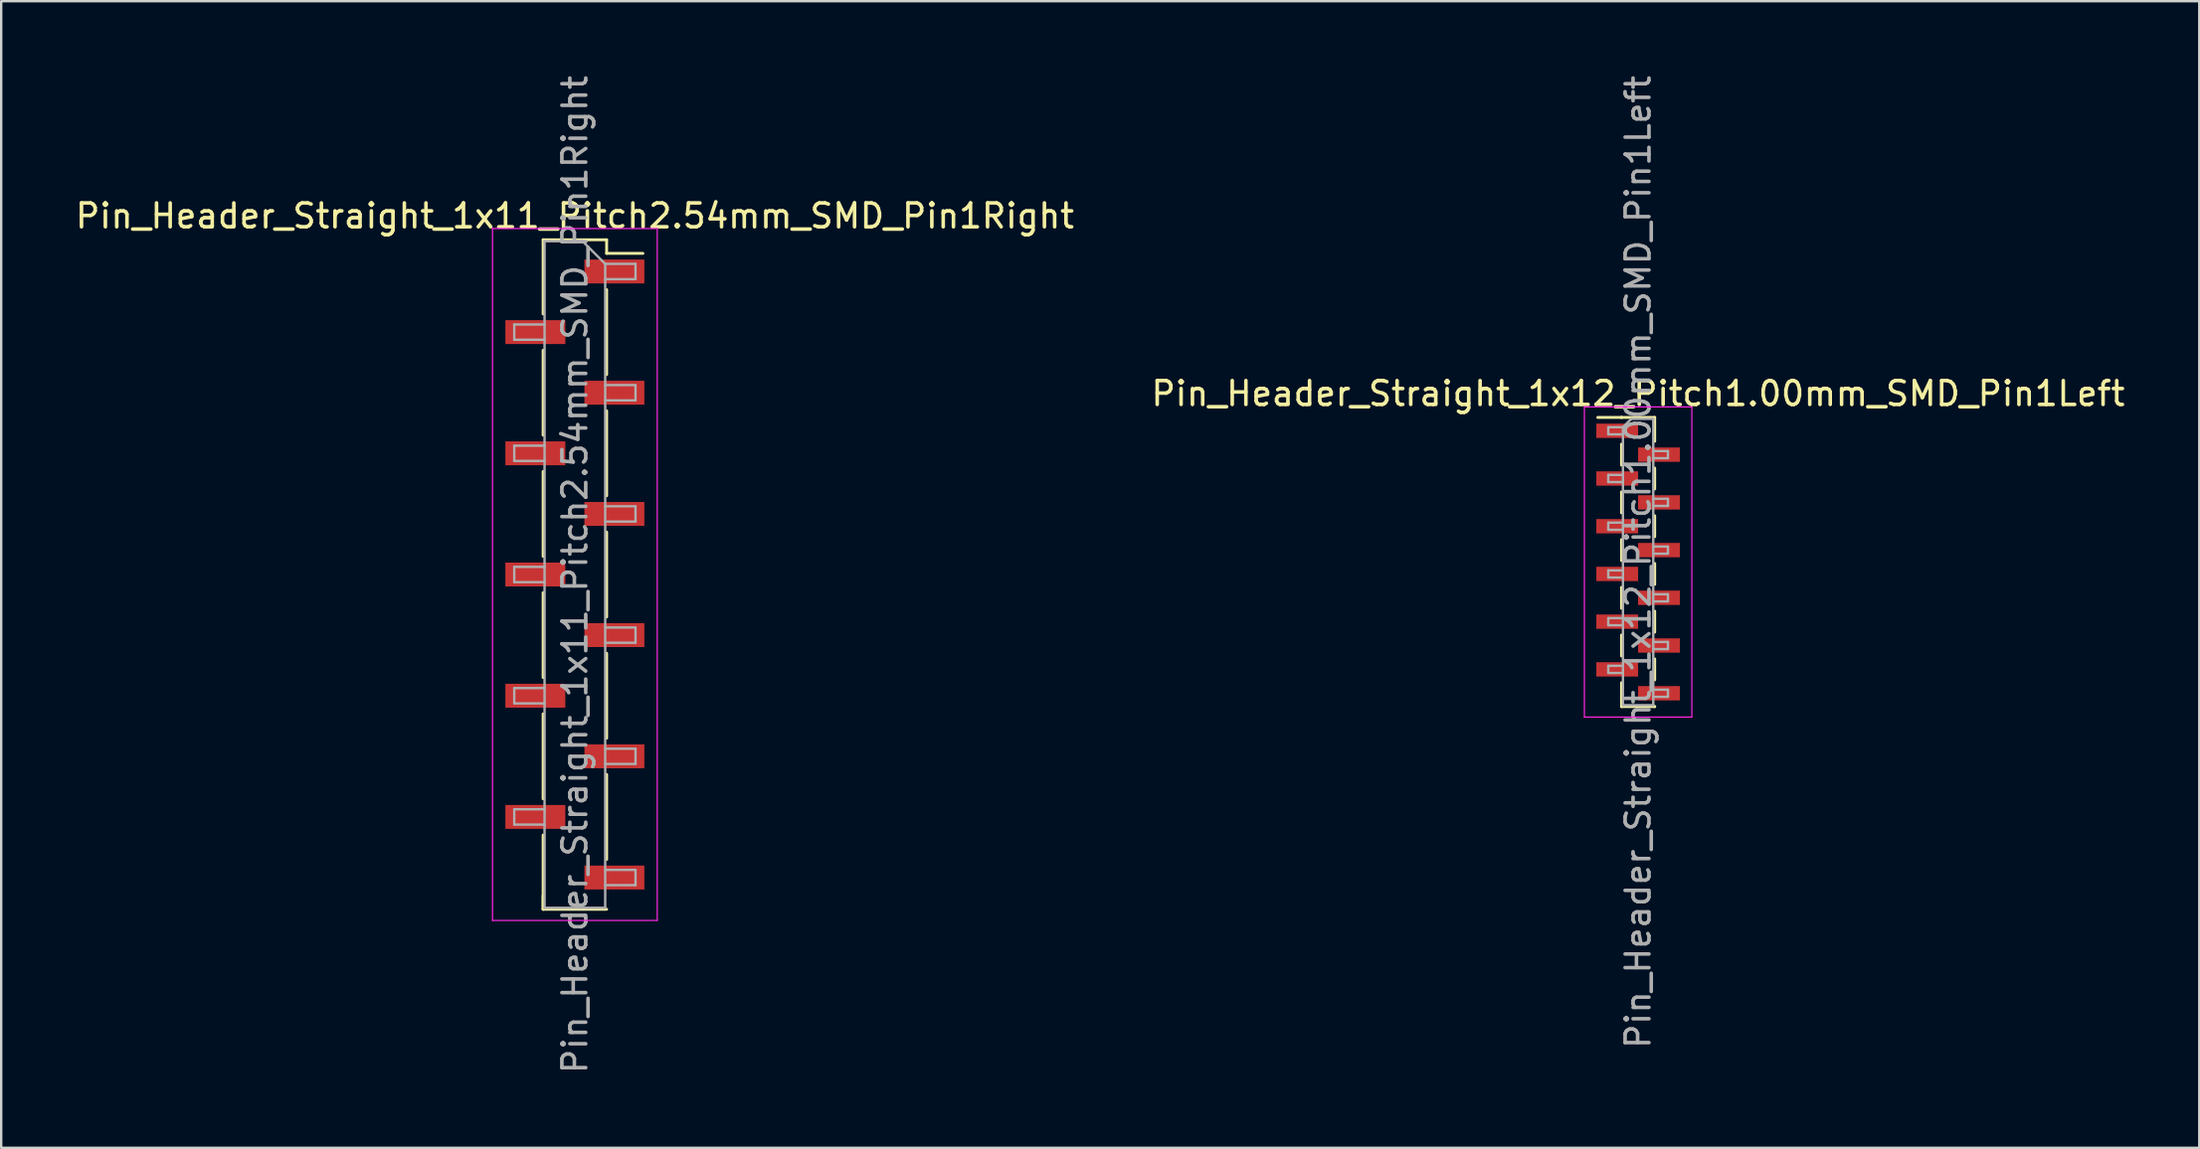
<source format=kicad_pcb>
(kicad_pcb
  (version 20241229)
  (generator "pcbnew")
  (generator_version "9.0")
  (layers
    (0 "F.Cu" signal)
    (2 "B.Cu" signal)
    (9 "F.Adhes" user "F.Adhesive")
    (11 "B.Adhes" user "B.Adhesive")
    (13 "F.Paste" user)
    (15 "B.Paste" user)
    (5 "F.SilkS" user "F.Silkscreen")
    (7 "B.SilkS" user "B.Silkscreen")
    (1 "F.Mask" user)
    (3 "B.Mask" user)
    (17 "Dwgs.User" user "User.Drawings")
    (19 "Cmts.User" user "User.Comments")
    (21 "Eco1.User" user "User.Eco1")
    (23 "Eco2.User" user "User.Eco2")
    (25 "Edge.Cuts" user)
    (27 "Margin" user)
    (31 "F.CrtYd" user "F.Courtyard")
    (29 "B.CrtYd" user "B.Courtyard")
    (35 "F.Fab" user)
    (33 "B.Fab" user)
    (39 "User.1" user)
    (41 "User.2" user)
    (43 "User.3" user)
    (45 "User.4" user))
  (footprint "Pin_Header_Straight_1x11_Pitch2.54mm_SMD_Pin1Right"
    (layer "F.Cu")
    (at 21.03 21.03)
    (property "Reference" "Pin_Header_Straight_1x11_Pitch2.54mm_SMD_Pin1Right" (at 0 -15.03 0) (layer "F.SilkS") (effects (font (size 1 1) (thickness 0.15))))
    (attr smd)
    (fp_line (start -1.33 -14.03) (end -1.33 -10.92) (stroke (width 0.12) (type solid)) (layer "F.SilkS"))
    (fp_line (start -1.33 -14.03) (end 1.33 -14.03) (stroke (width 0.12) (type solid)) (layer "F.SilkS"))
    (fp_line (start -1.33 -9.4) (end -1.33 -5.84) (stroke (width 0.12) (type solid)) (layer "F.SilkS"))
    (fp_line (start -1.33 -4.32) (end -1.33 -0.76) (stroke (width 0.12) (type solid)) (layer "F.SilkS"))
    (fp_line (start -1.33 0.76) (end -1.33 4.32) (stroke (width 0.12) (type solid)) (layer "F.SilkS"))
    (fp_line (start -1.33 5.84) (end -1.33 9.4) (stroke (width 0.12) (type solid)) (layer "F.SilkS"))
    (fp_line (start -1.33 10.92) (end -1.33 14.03) (stroke (width 0.12) (type solid)) (layer "F.SilkS"))
    (fp_line (start -1.33 13.46) (end -1.33 14.03) (stroke (width 0.12) (type solid)) (layer "F.SilkS"))
    (fp_line (start -1.33 14.03) (end 1.33 14.03) (stroke (width 0.12) (type solid)) (layer "F.SilkS"))
    (fp_line (start 1.33 -14.03) (end 1.33 -13.46) (stroke (width 0.12) (type solid)) (layer "F.SilkS"))
    (fp_line (start 1.33 -13.46) (end 2.85 -13.46) (stroke (width 0.12) (type solid)) (layer "F.SilkS"))
    (fp_line (start 1.33 -11.94) (end 1.33 -8.38) (stroke (width 0.12) (type solid)) (layer "F.SilkS"))
    (fp_line (start 1.33 -6.86) (end 1.33 -3.3) (stroke (width 0.12) (type solid)) (layer "F.SilkS"))
    (fp_line (start 1.33 -1.78) (end 1.33 1.78) (stroke (width 0.12) (type solid)) (layer "F.SilkS"))
    (fp_line (start 1.33 3.3) (end 1.33 6.86) (stroke (width 0.12) (type solid)) (layer "F.SilkS"))
    (fp_line (start 1.33 8.38) (end 1.33 11.94) (stroke (width 0.12) (type solid)) (layer "F.SilkS"))
    (fp_line (start -3.45 -14.5) (end -3.45 14.5) (stroke (width 0.05) (type solid)) (layer "F.CrtYd"))
    (fp_line (start -3.45 14.5) (end 3.45 14.5) (stroke (width 0.05) (type solid)) (layer "F.CrtYd"))
    (fp_line (start 3.45 -14.5) (end -3.45 -14.5) (stroke (width 0.05) (type solid)) (layer "F.CrtYd"))
    (fp_line (start 3.45 14.5) (end 3.45 -14.5) (stroke (width 0.05) (type solid)) (layer "F.CrtYd"))
    (fp_line (start -2.54 -10.48) (end -2.54 -9.84) (stroke (width 0.1) (type solid)) (layer "F.Fab"))
    (fp_line (start -2.54 -9.84) (end -1.27 -9.84) (stroke (width 0.1) (type solid)) (layer "F.Fab"))
    (fp_line (start -2.54 -5.4) (end -2.54 -4.76) (stroke (width 0.1) (type solid)) (layer "F.Fab"))
    (fp_line (start -2.54 -4.76) (end -1.27 -4.76) (stroke (width 0.1) (type solid)) (layer "F.Fab"))
    (fp_line (start -2.54 -0.32) (end -2.54 0.32) (stroke (width 0.1) (type solid)) (layer "F.Fab"))
    (fp_line (start -2.54 0.32) (end -1.27 0.32) (stroke (width 0.1) (type solid)) (layer "F.Fab"))
    (fp_line (start -2.54 4.76) (end -2.54 5.4) (stroke (width 0.1) (type solid)) (layer "F.Fab"))
    (fp_line (start -2.54 5.4) (end -1.27 5.4) (stroke (width 0.1) (type solid)) (layer "F.Fab"))
    (fp_line (start -2.54 9.84) (end -2.54 10.48) (stroke (width 0.1) (type solid)) (layer "F.Fab"))
    (fp_line (start -2.54 10.48) (end -1.27 10.48) (stroke (width 0.1) (type solid)) (layer "F.Fab"))
    (fp_line (start -1.27 -13.97) (end -1.27 13.97) (stroke (width 0.1) (type solid)) (layer "F.Fab"))
    (fp_line (start -1.27 -13.97) (end 0.32 -13.97) (stroke (width 0.1) (type solid)) (layer "F.Fab"))
    (fp_line (start -1.27 -10.48) (end -2.54 -10.48) (stroke (width 0.1) (type solid)) (layer "F.Fab"))
    (fp_line (start -1.27 -5.4) (end -2.54 -5.4) (stroke (width 0.1) (type solid)) (layer "F.Fab"))
    (fp_line (start -1.27 -0.32) (end -2.54 -0.32) (stroke (width 0.1) (type solid)) (layer "F.Fab"))
    (fp_line (start -1.27 4.76) (end -2.54 4.76) (stroke (width 0.1) (type solid)) (layer "F.Fab"))
    (fp_line (start -1.27 9.84) (end -2.54 9.84) (stroke (width 0.1) (type solid)) (layer "F.Fab"))
    (fp_line (start 1.27 -13.02) (end 0.32 -13.97) (stroke (width 0.1) (type solid)) (layer "F.Fab"))
    (fp_line (start 1.27 -13.02) (end 2.54 -13.02) (stroke (width 0.1) (type solid)) (layer "F.Fab"))
    (fp_line (start 1.27 -7.94) (end 2.54 -7.94) (stroke (width 0.1) (type solid)) (layer "F.Fab"))
    (fp_line (start 1.27 -2.86) (end 2.54 -2.86) (stroke (width 0.1) (type solid)) (layer "F.Fab"))
    (fp_line (start 1.27 2.22) (end 2.54 2.22) (stroke (width 0.1) (type solid)) (layer "F.Fab"))
    (fp_line (start 1.27 7.3) (end 2.54 7.3) (stroke (width 0.1) (type solid)) (layer "F.Fab"))
    (fp_line (start 1.27 12.38) (end 2.54 12.38) (stroke (width 0.1) (type solid)) (layer "F.Fab"))
    (fp_line (start 1.27 13.97) (end -1.27 13.97) (stroke (width 0.1) (type solid)) (layer "F.Fab"))
    (fp_line (start 1.27 13.97) (end 1.27 -13.02) (stroke (width 0.1) (type solid)) (layer "F.Fab"))
    (fp_line (start 2.54 -13.02) (end 2.54 -12.38) (stroke (width 0.1) (type solid)) (layer "F.Fab"))
    (fp_line (start 2.54 -12.38) (end 1.27 -12.38) (stroke (width 0.1) (type solid)) (layer "F.Fab"))
    (fp_line (start 2.54 -7.94) (end 2.54 -7.3) (stroke (width 0.1) (type solid)) (layer "F.Fab"))
    (fp_line (start 2.54 -7.3) (end 1.27 -7.3) (stroke (width 0.1) (type solid)) (layer "F.Fab"))
    (fp_line (start 2.54 -2.86) (end 2.54 -2.22) (stroke (width 0.1) (type solid)) (layer "F.Fab"))
    (fp_line (start 2.54 -2.22) (end 1.27 -2.22) (stroke (width 0.1) (type solid)) (layer "F.Fab"))
    (fp_line (start 2.54 2.22) (end 2.54 2.86) (stroke (width 0.1) (type solid)) (layer "F.Fab"))
    (fp_line (start 2.54 2.86) (end 1.27 2.86) (stroke (width 0.1) (type solid)) (layer "F.Fab"))
    (fp_line (start 2.54 7.3) (end 2.54 7.94) (stroke (width 0.1) (type solid)) (layer "F.Fab"))
    (fp_line (start 2.54 7.94) (end 1.27 7.94) (stroke (width 0.1) (type solid)) (layer "F.Fab"))
    (fp_line (start 2.54 12.38) (end 2.54 13.02) (stroke (width 0.1) (type solid)) (layer "F.Fab"))
    (fp_line (start 2.54 13.02) (end 1.27 13.02) (stroke (width 0.1) (type solid)) (layer "F.Fab"))
    (fp_text user "${REFERENCE}" (at 0 0 90) (layer "F.Fab") (effects (font (size 1 1) (thickness 0.15))))
    (pad "1" smd rect (at 1.655 -12.7) (size 2.51 1) (layers "F.Cu" "F.Mask" "F.Paste"))
    (pad "2" smd rect (at -1.655 -10.16) (size 2.51 1) (layers "F.Cu" "F.Mask" "F.Paste"))
    (pad "3" smd rect (at 1.655 -7.62) (size 2.51 1) (layers "F.Cu" "F.Mask" "F.Paste"))
    (pad "4" smd rect (at -1.655 -5.08) (size 2.51 1) (layers "F.Cu" "F.Mask" "F.Paste"))
    (pad "5" smd rect (at 1.655 -2.54) (size 2.51 1) (layers "F.Cu" "F.Mask" "F.Paste"))
    (pad "6" smd rect (at -1.655 0) (size 2.51 1) (layers "F.Cu" "F.Mask" "F.Paste"))
    (pad "7" smd rect (at 1.655 2.54) (size 2.51 1) (layers "F.Cu" "F.Mask" "F.Paste"))
    (pad "8" smd rect (at -1.655 5.08) (size 2.51 1) (layers "F.Cu" "F.Mask" "F.Paste"))
    (pad "9" smd rect (at 1.655 7.62) (size 2.51 1) (layers "F.Cu" "F.Mask" "F.Paste"))
    (pad "10" smd rect (at -1.655 10.16) (size 2.51 1) (layers "F.Cu" "F.Mask" "F.Paste"))
    (pad "11" smd rect (at 1.655 12.7) (size 2.51 1) (layers "F.Cu" "F.Mask" "F.Paste")))
  (footprint "Pin_Header_Straight_1x12_Pitch1.00mm_SMD_Pin1Left"
    (layer "F.Cu")
    (at 65.565 20.506)
    (property "Reference" "Pin_Header_Straight_1x12_Pitch1.00mm_SMD_Pin1Left" (at 0 -7.06 0) (layer "F.SilkS") (effects (font (size 1 1) (thickness 0.15))))
    (attr smd)
    (fp_line (start -0.695 -6.06) (end -1.69 -6.06) (stroke (width 0.12) (type solid)) (layer "F.SilkS"))
    (fp_line (start -0.695 -6.06) (end -0.695 -6.06) (stroke (width 0.12) (type solid)) (layer "F.SilkS"))
    (fp_line (start -0.695 -6.06) (end 0.695 -6.06) (stroke (width 0.12) (type solid)) (layer "F.SilkS"))
    (fp_line (start -0.695 -4.94) (end -0.695 -4.06) (stroke (width 0.12) (type solid)) (layer "F.SilkS"))
    (fp_line (start -0.695 -2.94) (end -0.695 -2.06) (stroke (width 0.12) (type solid)) (layer "F.SilkS"))
    (fp_line (start -0.695 -0.94) (end -0.695 -0.06) (stroke (width 0.12) (type solid)) (layer "F.SilkS"))
    (fp_line (start -0.695 1.06) (end -0.695 1.94) (stroke (width 0.12) (type solid)) (layer "F.SilkS"))
    (fp_line (start -0.695 3.06) (end -0.695 3.94) (stroke (width 0.12) (type solid)) (layer "F.SilkS"))
    (fp_line (start -0.695 5.06) (end -0.695 6.06) (stroke (width 0.12) (type solid)) (layer "F.SilkS"))
    (fp_line (start -0.695 6.06) (end 0.695 6.06) (stroke (width 0.12) (type solid)) (layer "F.SilkS"))
    (fp_line (start 0.695 -6.06) (end 0.695 -5.06) (stroke (width 0.12) (type solid)) (layer "F.SilkS"))
    (fp_line (start 0.695 -3.94) (end 0.695 -3.06) (stroke (width 0.12) (type solid)) (layer "F.SilkS"))
    (fp_line (start 0.695 -1.94) (end 0.695 -1.06) (stroke (width 0.12) (type solid)) (layer "F.SilkS"))
    (fp_line (start 0.695 0.06) (end 0.695 0.94) (stroke (width 0.12) (type solid)) (layer "F.SilkS"))
    (fp_line (start 0.695 2.06) (end 0.695 2.94) (stroke (width 0.12) (type solid)) (layer "F.SilkS"))
    (fp_line (start 0.695 4.06) (end 0.695 4.94) (stroke (width 0.12) (type solid)) (layer "F.SilkS"))
    (fp_line (start 0.695 6.06) (end 0.695 6.06) (stroke (width 0.12) (type solid)) (layer "F.SilkS"))
    (fp_line (start -2.25 -6.5) (end -2.25 6.5) (stroke (width 0.05) (type solid)) (layer "F.CrtYd"))
    (fp_line (start -2.25 6.5) (end 2.25 6.5) (stroke (width 0.05) (type solid)) (layer "F.CrtYd"))
    (fp_line (start 2.25 -6.5) (end -2.25 -6.5) (stroke (width 0.05) (type solid)) (layer "F.CrtYd"))
    (fp_line (start 2.25 6.5) (end 2.25 -6.5) (stroke (width 0.05) (type solid)) (layer "F.CrtYd"))
    (fp_line (start -1.25 -5.65) (end -1.25 -5.35) (stroke (width 0.1) (type solid)) (layer "F.Fab"))
    (fp_line (start -1.25 -5.35) (end -0.635 -5.35) (stroke (width 0.1) (type solid)) (layer "F.Fab"))
    (fp_line (start -1.25 -3.65) (end -1.25 -3.35) (stroke (width 0.1) (type solid)) (layer "F.Fab"))
    (fp_line (start -1.25 -3.35) (end -0.635 -3.35) (stroke (width 0.1) (type solid)) (layer "F.Fab"))
    (fp_line (start -1.25 -1.65) (end -1.25 -1.35) (stroke (width 0.1) (type solid)) (layer "F.Fab"))
    (fp_line (start -1.25 -1.35) (end -0.635 -1.35) (stroke (width 0.1) (type solid)) (layer "F.Fab"))
    (fp_line (start -1.25 0.35) (end -1.25 0.65) (stroke (width 0.1) (type solid)) (layer "F.Fab"))
    (fp_line (start -1.25 0.65) (end -0.635 0.65) (stroke (width 0.1) (type solid)) (layer "F.Fab"))
    (fp_line (start -1.25 2.35) (end -1.25 2.65) (stroke (width 0.1) (type solid)) (layer "F.Fab"))
    (fp_line (start -1.25 2.65) (end -0.635 2.65) (stroke (width 0.1) (type solid)) (layer "F.Fab"))
    (fp_line (start -1.25 4.35) (end -1.25 4.65) (stroke (width 0.1) (type solid)) (layer "F.Fab"))
    (fp_line (start -1.25 4.65) (end -0.635 4.65) (stroke (width 0.1) (type solid)) (layer "F.Fab"))
    (fp_line (start -0.635 -5.65) (end -1.25 -5.65) (stroke (width 0.1) (type solid)) (layer "F.Fab"))
    (fp_line (start -0.635 -5.65) (end -0.285 -6) (stroke (width 0.1) (type solid)) (layer "F.Fab"))
    (fp_line (start -0.635 -3.65) (end -1.25 -3.65) (stroke (width 0.1) (type solid)) (layer "F.Fab"))
    (fp_line (start -0.635 -1.65) (end -1.25 -1.65) (stroke (width 0.1) (type solid)) (layer "F.Fab"))
    (fp_line (start -0.635 0.35) (end -1.25 0.35) (stroke (width 0.1) (type solid)) (layer "F.Fab"))
    (fp_line (start -0.635 2.35) (end -1.25 2.35) (stroke (width 0.1) (type solid)) (layer "F.Fab"))
    (fp_line (start -0.635 4.35) (end -1.25 4.35) (stroke (width 0.1) (type solid)) (layer "F.Fab"))
    (fp_line (start -0.635 6) (end -0.635 -5.65) (stroke (width 0.1) (type solid)) (layer "F.Fab"))
    (fp_line (start -0.285 -6) (end 0.635 -6) (stroke (width 0.1) (type solid)) (layer "F.Fab"))
    (fp_line (start 0.635 -6) (end 0.635 6) (stroke (width 0.1) (type solid)) (layer "F.Fab"))
    (fp_line (start 0.635 -4.65) (end 1.25 -4.65) (stroke (width 0.1) (type solid)) (layer "F.Fab"))
    (fp_line (start 0.635 -2.65) (end 1.25 -2.65) (stroke (width 0.1) (type solid)) (layer "F.Fab"))
    (fp_line (start 0.635 -0.65) (end 1.25 -0.65) (stroke (width 0.1) (type solid)) (layer "F.Fab"))
    (fp_line (start 0.635 1.35) (end 1.25 1.35) (stroke (width 0.1) (type solid)) (layer "F.Fab"))
    (fp_line (start 0.635 3.35) (end 1.25 3.35) (stroke (width 0.1) (type solid)) (layer "F.Fab"))
    (fp_line (start 0.635 5.35) (end 1.25 5.35) (stroke (width 0.1) (type solid)) (layer "F.Fab"))
    (fp_line (start 0.635 6) (end -0.635 6) (stroke (width 0.1) (type solid)) (layer "F.Fab"))
    (fp_line (start 1.25 -4.65) (end 1.25 -4.35) (stroke (width 0.1) (type solid)) (layer "F.Fab"))
    (fp_line (start 1.25 -4.35) (end 0.635 -4.35) (stroke (width 0.1) (type solid)) (layer "F.Fab"))
    (fp_line (start 1.25 -2.65) (end 1.25 -2.35) (stroke (width 0.1) (type solid)) (layer "F.Fab"))
    (fp_line (start 1.25 -2.35) (end 0.635 -2.35) (stroke (width 0.1) (type solid)) (layer "F.Fab"))
    (fp_line (start 1.25 -0.65) (end 1.25 -0.35) (stroke (width 0.1) (type solid)) (layer "F.Fab"))
    (fp_line (start 1.25 -0.35) (end 0.635 -0.35) (stroke (width 0.1) (type solid)) (layer "F.Fab"))
    (fp_line (start 1.25 1.35) (end 1.25 1.65) (stroke (width 0.1) (type solid)) (layer "F.Fab"))
    (fp_line (start 1.25 1.65) (end 0.635 1.65) (stroke (width 0.1) (type solid)) (layer "F.Fab"))
    (fp_line (start 1.25 3.35) (end 1.25 3.65) (stroke (width 0.1) (type solid)) (layer "F.Fab"))
    (fp_line (start 1.25 3.65) (end 0.635 3.65) (stroke (width 0.1) (type solid)) (layer "F.Fab"))
    (fp_line (start 1.25 5.35) (end 1.25 5.65) (stroke (width 0.1) (type solid)) (layer "F.Fab"))
    (fp_line (start 1.25 5.65) (end 0.635 5.65) (stroke (width 0.1) (type solid)) (layer "F.Fab"))
    (fp_text user "${REFERENCE}" (at 0 0 90) (layer "F.Fab") (effects (font (size 1 1) (thickness 0.15))))
    (pad "1" smd rect (at -0.875 -5.5) (size 1.75 0.6) (layers "F.Cu" "F.Mask" "F.Paste"))
    (pad "2" smd rect (at 0.875 -4.5) (size 1.75 0.6) (layers "F.Cu" "F.Mask" "F.Paste"))
    (pad "3" smd rect (at -0.875 -3.5) (size 1.75 0.6) (layers "F.Cu" "F.Mask" "F.Paste"))
    (pad "4" smd rect (at 0.875 -2.5) (size 1.75 0.6) (layers "F.Cu" "F.Mask" "F.Paste"))
    (pad "5" smd rect (at -0.875 -1.5) (size 1.75 0.6) (layers "F.Cu" "F.Mask" "F.Paste"))
    (pad "6" smd rect (at 0.875 -0.5) (size 1.75 0.6) (layers "F.Cu" "F.Mask" "F.Paste"))
    (pad "7" smd rect (at -0.875 0.5) (size 1.75 0.6) (layers "F.Cu" "F.Mask" "F.Paste"))
    (pad "8" smd rect (at 0.875 1.5) (size 1.75 0.6) (layers "F.Cu" "F.Mask" "F.Paste"))
    (pad "9" smd rect (at -0.875 2.5) (size 1.75 0.6) (layers "F.Cu" "F.Mask" "F.Paste"))
    (pad "10" smd rect (at 0.875 3.5) (size 1.75 0.6) (layers "F.Cu" "F.Mask" "F.Paste"))
    (pad "11" smd rect (at -0.875 4.5) (size 1.75 0.6) (layers "F.Cu" "F.Mask" "F.Paste"))
    (pad "12" smd rect (at 0.875 5.5) (size 1.75 0.6) (layers "F.Cu" "F.Mask" "F.Paste")))
  (gr_rect
    (start -3 -3)
    (end 89.071 45.06)
    (stroke (width 0.1) (type default))
    (fill no)
    (layer "Edge.Cuts")))
</source>
